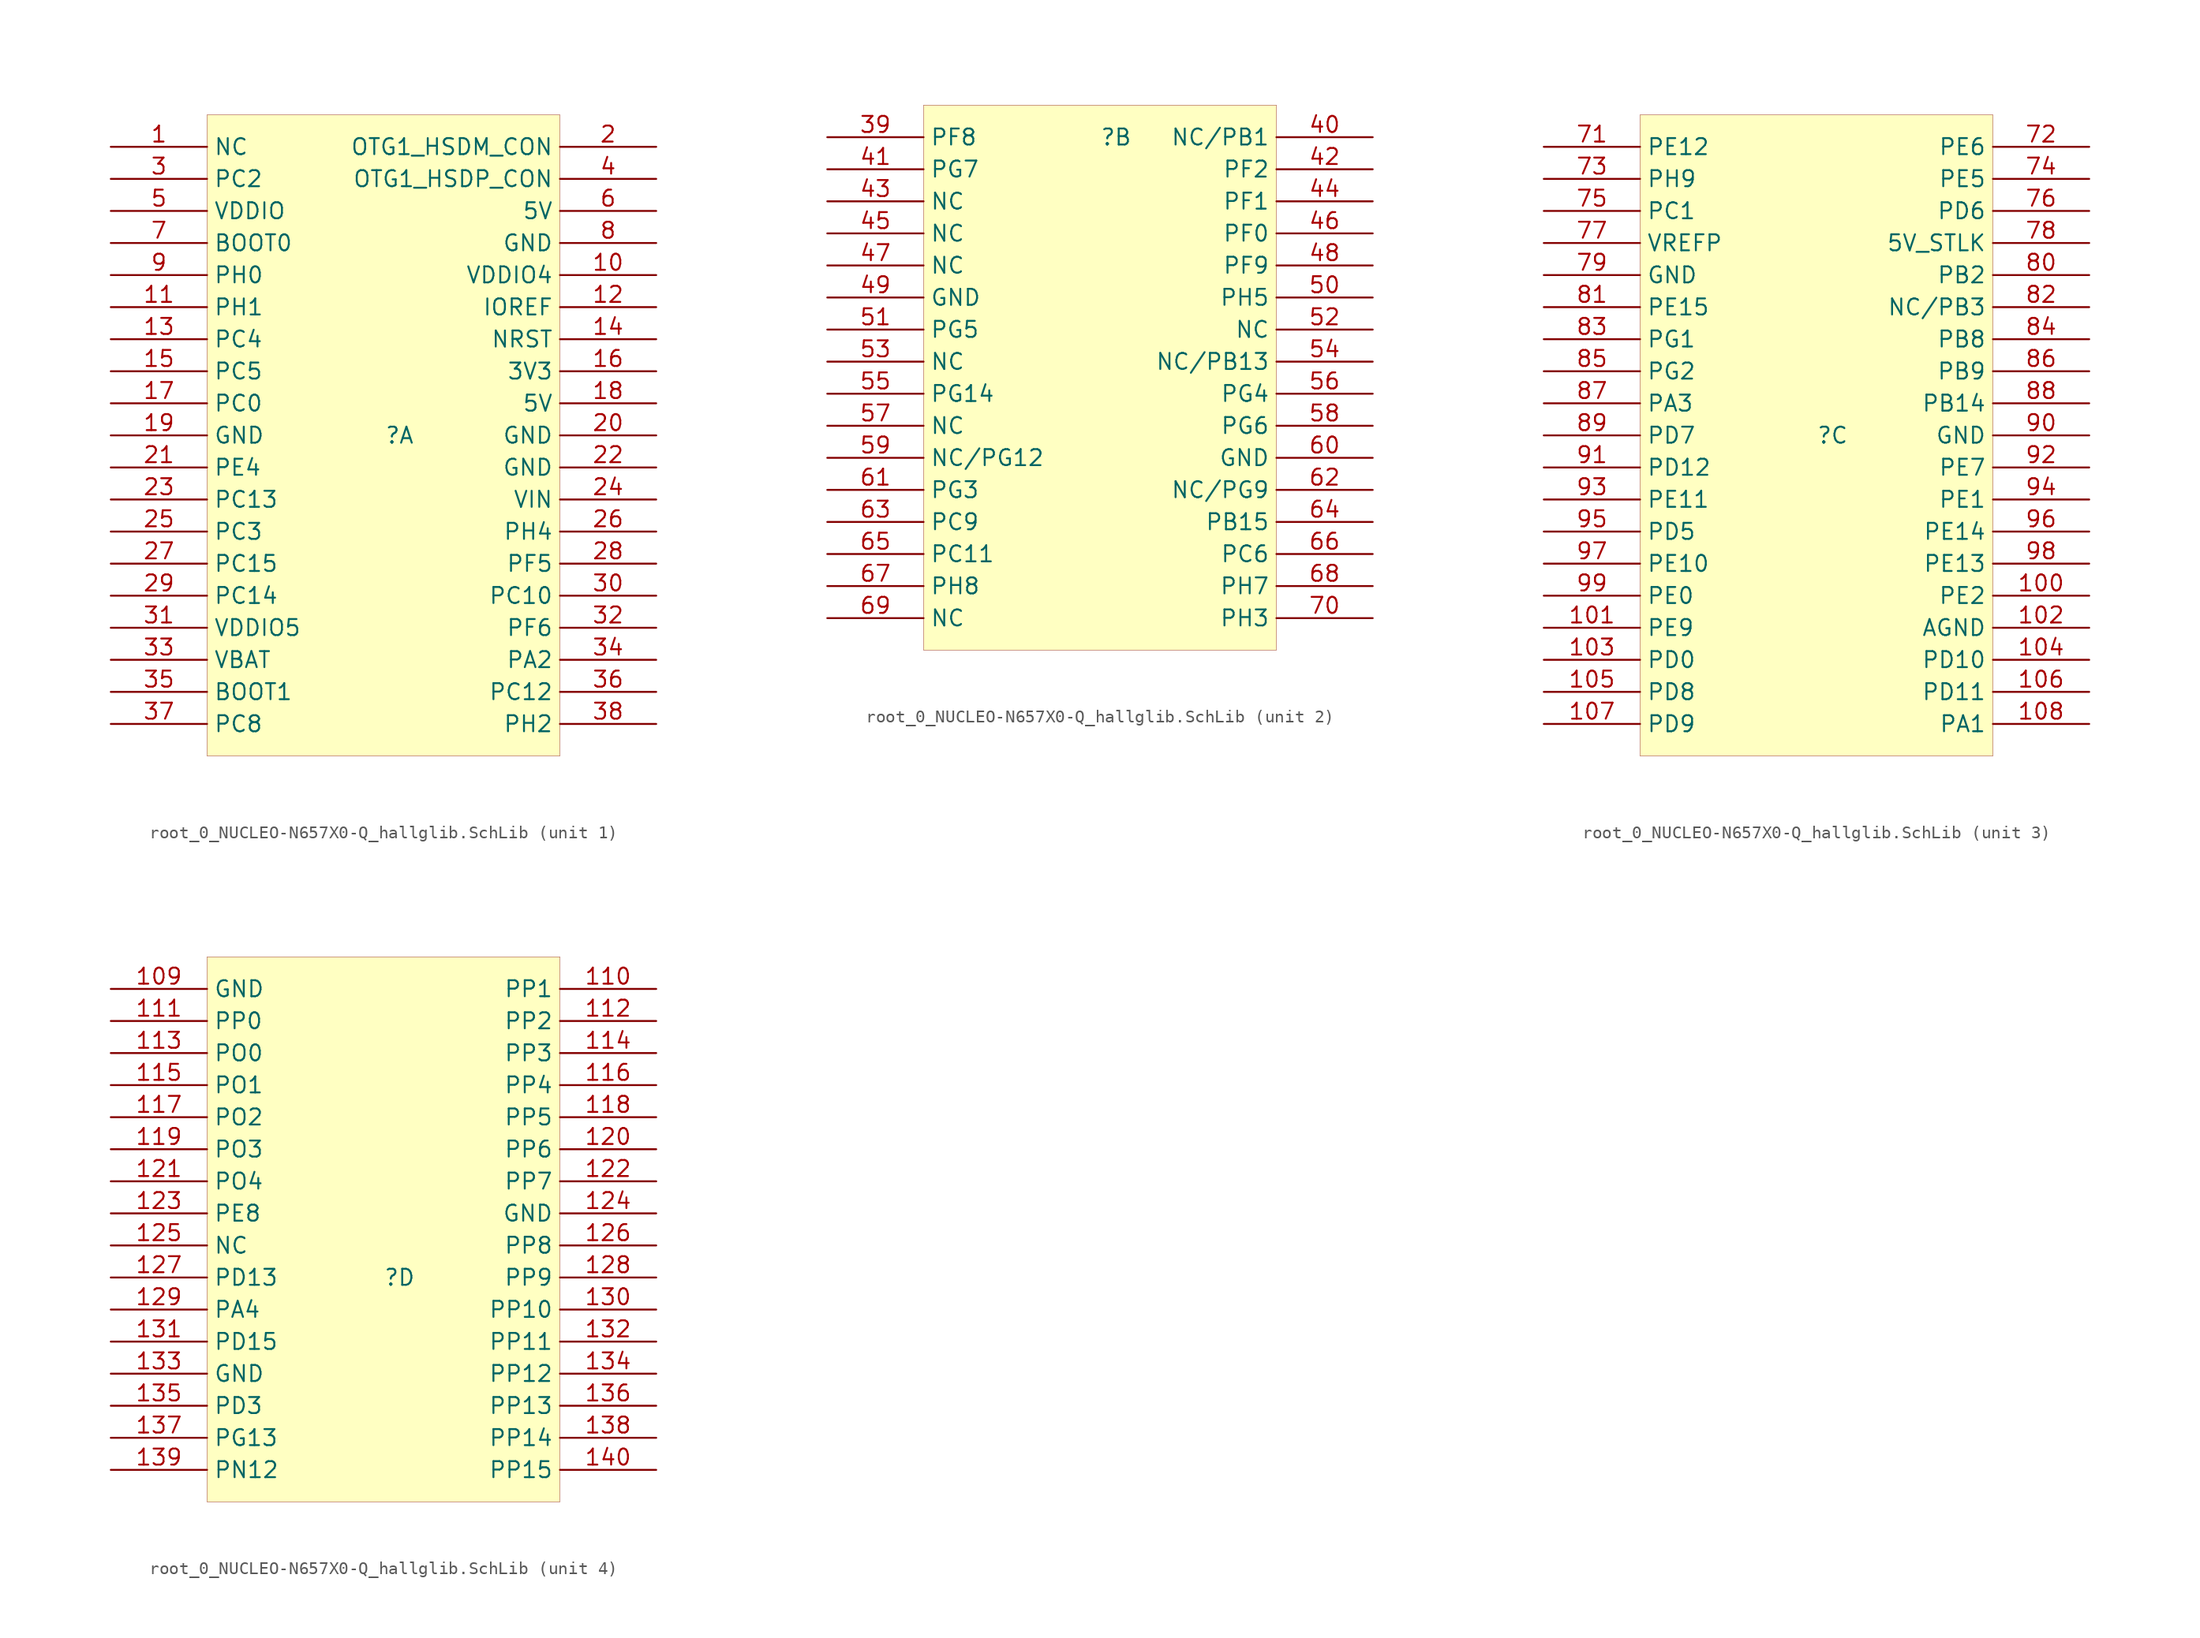
<source format=kicad_sym>
(kicad_symbol_lib
  (version 20241209)
  (generator "kicad_symbol_editor")
  (generator_version "9.0")
  (symbol "root_0_NUCLEO-N657X0-Q_hallglib.SchLib"
    (property "Reference" ""
      (at 0 0 0)
      (effects (font (size 1.27 1.27))))
    (property "Value" ""
      (at 0 0 0)
      (effects (font (size 1.27 1.27))))
    (symbol "root_0_NUCLEO-N657X0-Q_hallglib.SchLib_1_0"
      (rectangle (start 12.7 25.4) (end -15.24 -25.4) (stroke (width 0.025) (type solid) (color 128 0 0 1)) (fill (type background)))
      (pin passive line (at -22.86 22.86 0) (length 7.62) (name "NC" (effects (font (size 1.27 1.27)))) (number "1" (effects (font (size 1.27 1.27)))))
      (pin bidirectional line (at -22.86 20.32 0) (length 7.62) (name "PC2" (effects (font (size 1.27 1.27)))) (number "3" (effects (font (size 1.27 1.27)))))
      (pin power_in line (at -22.86 17.78 0) (length 7.62) (name "VDDIO" (effects (font (size 1.27 1.27)))) (number "5" (effects (font (size 1.27 1.27)))))
      (pin input line (at -22.86 15.24 0) (length 7.62) (name "BOOT0" (effects (font (size 1.27 1.27)))) (number "7" (effects (font (size 1.27 1.27)))))
      (pin bidirectional line (at -22.86 12.7 0) (length 7.62) (name "PH0" (effects (font (size 1.27 1.27)))) (number "9" (effects (font (size 1.27 1.27)))))
      (pin bidirectional line (at -22.86 10.16 0) (length 7.62) (name "PH1" (effects (font (size 1.27 1.27)))) (number "11" (effects (font (size 1.27 1.27)))))
      (pin bidirectional line (at -22.86 7.62 0) (length 7.62) (name "PC4" (effects (font (size 1.27 1.27)))) (number "13" (effects (font (size 1.27 1.27)))))
      (pin bidirectional line (at -22.86 5.08 0) (length 7.62) (name "PC5" (effects (font (size 1.27 1.27)))) (number "15" (effects (font (size 1.27 1.27)))))
      (pin bidirectional line (at -22.86 2.54 0) (length 7.62) (name "PC0" (effects (font (size 1.27 1.27)))) (number "17" (effects (font (size 1.27 1.27)))))
      (pin passive line (at -22.86 0 0) (length 7.62) (name "GND" (effects (font (size 1.27 1.27)))) (number "19" (effects (font (size 1.27 1.27)))))
      (pin bidirectional line (at -22.86 -2.54 0) (length 7.62) (name "PE4" (effects (font (size 1.27 1.27)))) (number "21" (effects (font (size 1.27 1.27)))))
      (pin bidirectional line (at -22.86 -5.08 0) (length 7.62) (name "PC13" (effects (font (size 1.27 1.27)))) (number "23" (effects (font (size 1.27 1.27)))))
      (pin bidirectional line (at -22.86 -7.62 0) (length 7.62) (name "PC3" (effects (font (size 1.27 1.27)))) (number "25" (effects (font (size 1.27 1.27)))))
      (pin bidirectional line (at -22.86 -10.16 0) (length 7.62) (name "PC15" (effects (font (size 1.27 1.27)))) (number "27" (effects (font (size 1.27 1.27)))))
      (pin bidirectional line (at -22.86 -12.7 0) (length 7.62) (name "PC14" (effects (font (size 1.27 1.27)))) (number "29" (effects (font (size 1.27 1.27)))))
      (pin power_in line (at -22.86 -15.24 0) (length 7.62) (name "VDDIO5" (effects (font (size 1.27 1.27)))) (number "31" (effects (font (size 1.27 1.27)))))
      (pin power_in line (at -22.86 -17.78 0) (length 7.62) (name "VBAT" (effects (font (size 1.27 1.27)))) (number "33" (effects (font (size 1.27 1.27)))))
      (pin input line (at -22.86 -20.32 0) (length 7.62) (name "BOOT1" (effects (font (size 1.27 1.27)))) (number "35" (effects (font (size 1.27 1.27)))))
      (pin bidirectional line (at -22.86 -22.86 0) (length 7.62) (name "PC8" (effects (font (size 1.27 1.27)))) (number "37" (effects (font (size 1.27 1.27)))))
      (pin bidirectional line (at 20.32 22.86 180) (length 7.62) (name "OTG1_HSDM_CON" (effects (font (size 1.27 1.27)))) (number "2" (effects (font (size 1.27 1.27)))))
      (pin bidirectional line (at 20.32 20.32 180) (length 7.62) (name "OTG1_HSDP_CON" (effects (font (size 1.27 1.27)))) (number "4" (effects (font (size 1.27 1.27)))))
      (pin power_in line (at 20.32 17.78 180) (length 7.62) (name "5V" (effects (font (size 1.27 1.27)))) (number "6" (effects (font (size 1.27 1.27)))))
      (pin passive line (at 20.32 15.24 180) (length 7.62) (name "GND" (effects (font (size 1.27 1.27)))) (number "8" (effects (font (size 1.27 1.27)))))
      (pin power_in line (at 20.32 12.7 180) (length 7.62) (name "VDDIO4" (effects (font (size 1.27 1.27)))) (number "10" (effects (font (size 1.27 1.27)))))
      (pin passive line (at 20.32 10.16 180) (length 7.62) (name "IOREF" (effects (font (size 1.27 1.27)))) (number "12" (effects (font (size 1.27 1.27)))))
      (pin passive line (at 20.32 7.62 180) (length 7.62) (name "NRST" (effects (font (size 1.27 1.27)))) (number "14" (effects (font (size 1.27 1.27)))))
      (pin power_in line (at 20.32 5.08 180) (length 7.62) (name "3V3" (effects (font (size 1.27 1.27)))) (number "16" (effects (font (size 1.27 1.27)))))
      (pin power_in line (at 20.32 2.54 180) (length 7.62) (name "5V" (effects (font (size 1.27 1.27)))) (number "18" (effects (font (size 1.27 1.27)))))
      (pin passive line (at 20.32 0 180) (length 7.62) (name "GND" (effects (font (size 1.27 1.27)))) (number "20" (effects (font (size 1.27 1.27)))))
      (pin passive line (at 20.32 -2.54 180) (length 7.62) (name "GND" (effects (font (size 1.27 1.27)))) (number "22" (effects (font (size 1.27 1.27)))))
      (pin power_in line (at 20.32 -5.08 180) (length 7.62) (name "VIN" (effects (font (size 1.27 1.27)))) (number "24" (effects (font (size 1.27 1.27)))))
      (pin bidirectional line (at 20.32 -7.62 180) (length 7.62) (name "PH4" (effects (font (size 1.27 1.27)))) (number "26" (effects (font (size 1.27 1.27)))))
      (pin bidirectional line (at 20.32 -10.16 180) (length 7.62) (name "PF5" (effects (font (size 1.27 1.27)))) (number "28" (effects (font (size 1.27 1.27)))))
      (pin bidirectional line (at 20.32 -12.7 180) (length 7.62) (name "PC10" (effects (font (size 1.27 1.27)))) (number "30" (effects (font (size 1.27 1.27)))))
      (pin bidirectional line (at 20.32 -15.24 180) (length 7.62) (name "PF6" (effects (font (size 1.27 1.27)))) (number "32" (effects (font (size 1.27 1.27)))))
      (pin bidirectional line (at 20.32 -17.78 180) (length 7.62) (name "PA2" (effects (font (size 1.27 1.27)))) (number "34" (effects (font (size 1.27 1.27)))))
      (pin bidirectional line (at 20.32 -20.32 180) (length 7.62) (name "PC12" (effects (font (size 1.27 1.27)))) (number "36" (effects (font (size 1.27 1.27)))))
      (pin bidirectional line (at 20.32 -22.86 180) (length 7.62) (name "PH2" (effects (font (size 1.27 1.27)))) (number "38" (effects (font (size 1.27 1.27))))))
    (symbol "root_0_NUCLEO-N657X0-Q_hallglib.SchLib_2_0"
      (rectangle (start 12.7 2.54) (end -15.24 -40.64) (stroke (width 0.025) (type solid) (color 128 0 0 1)) (fill (type background)))
      (pin bidirectional line (at -22.86 0 0) (length 7.62) (name "PF8" (effects (font (size 1.27 1.27)))) (number "39" (effects (font (size 1.27 1.27)))))
      (pin bidirectional line (at -22.86 -2.54 0) (length 7.62) (name "PG7" (effects (font (size 1.27 1.27)))) (number "41" (effects (font (size 1.27 1.27)))))
      (pin passive line (at -22.86 -5.08 0) (length 7.62) (name "NC" (effects (font (size 1.27 1.27)))) (number "43" (effects (font (size 1.27 1.27)))))
      (pin power_in line (at -22.86 -7.62 0) (length 7.62) (name "NC" (effects (font (size 1.27 1.27)))) (number "45" (effects (font (size 1.27 1.27)))))
      (pin passive line (at -22.86 -10.16 0) (length 7.62) (name "NC" (effects (font (size 1.27 1.27)))) (number "47" (effects (font (size 1.27 1.27)))))
      (pin passive line (at -22.86 -12.7 0) (length 7.62) (name "GND" (effects (font (size 1.27 1.27)))) (number "49" (effects (font (size 1.27 1.27)))))
      (pin bidirectional line (at -22.86 -15.24 0) (length 7.62) (name "PG5" (effects (font (size 1.27 1.27)))) (number "51" (effects (font (size 1.27 1.27)))))
      (pin passive line (at -22.86 -17.78 0) (length 7.62) (name "NC" (effects (font (size 1.27 1.27)))) (number "53" (effects (font (size 1.27 1.27)))))
      (pin bidirectional line (at -22.86 -20.32 0) (length 7.62) (name "PG14" (effects (font (size 1.27 1.27)))) (number "55" (effects (font (size 1.27 1.27)))))
      (pin passive line (at -22.86 -22.86 0) (length 7.62) (name "NC" (effects (font (size 1.27 1.27)))) (number "57" (effects (font (size 1.27 1.27)))))
      (pin passive line (at -22.86 -25.4 0) (length 7.62) (name "NC/PG12" (effects (font (size 1.27 1.27)))) (number "59" (effects (font (size 1.27 1.27)))))
      (pin bidirectional line (at -22.86 -27.94 0) (length 7.62) (name "PG3" (effects (font (size 1.27 1.27)))) (number "61" (effects (font (size 1.27 1.27)))))
      (pin bidirectional line (at -22.86 -30.48 0) (length 7.62) (name "PC9" (effects (font (size 1.27 1.27)))) (number "63" (effects (font (size 1.27 1.27)))))
      (pin bidirectional line (at -22.86 -33.02 0) (length 7.62) (name "PC11" (effects (font (size 1.27 1.27)))) (number "65" (effects (font (size 1.27 1.27)))))
      (pin bidirectional line (at -22.86 -35.56 0) (length 7.62) (name "PH8" (effects (font (size 1.27 1.27)))) (number "67" (effects (font (size 1.27 1.27)))))
      (pin passive line (at -22.86 -38.1 0) (length 7.62) (name "NC" (effects (font (size 1.27 1.27)))) (number "69" (effects (font (size 1.27 1.27)))))
      (pin passive line (at 20.32 0 180) (length 7.62) (name "NC/PB1" (effects (font (size 1.27 1.27)))) (number "40" (effects (font (size 1.27 1.27)))))
      (pin bidirectional line (at 20.32 -2.54 180) (length 7.62) (name "PF2" (effects (font (size 1.27 1.27)))) (number "42" (effects (font (size 1.27 1.27)))))
      (pin bidirectional line (at 20.32 -5.08 180) (length 7.62) (name "PF1" (effects (font (size 1.27 1.27)))) (number "44" (effects (font (size 1.27 1.27)))))
      (pin bidirectional line (at 20.32 -7.62 180) (length 7.62) (name "PF0" (effects (font (size 1.27 1.27)))) (number "46" (effects (font (size 1.27 1.27)))))
      (pin bidirectional line (at 20.32 -10.16 180) (length 7.62) (name "PF9" (effects (font (size 1.27 1.27)))) (number "48" (effects (font (size 1.27 1.27)))))
      (pin bidirectional line (at 20.32 -12.7 180) (length 7.62) (name "PH5" (effects (font (size 1.27 1.27)))) (number "50" (effects (font (size 1.27 1.27)))))
      (pin passive line (at 20.32 -15.24 180) (length 7.62) (name "NC" (effects (font (size 1.27 1.27)))) (number "52" (effects (font (size 1.27 1.27)))))
      (pin passive line (at 20.32 -17.78 180) (length 7.62) (name "NC/PB13" (effects (font (size 1.27 1.27)))) (number "54" (effects (font (size 1.27 1.27)))))
      (pin bidirectional line (at 20.32 -20.32 180) (length 7.62) (name "PG4" (effects (font (size 1.27 1.27)))) (number "56" (effects (font (size 1.27 1.27)))))
      (pin bidirectional line (at 20.32 -22.86 180) (length 7.62) (name "PG6" (effects (font (size 1.27 1.27)))) (number "58" (effects (font (size 1.27 1.27)))))
      (pin passive line (at 20.32 -25.4 180) (length 7.62) (name "GND" (effects (font (size 1.27 1.27)))) (number "60" (effects (font (size 1.27 1.27)))))
      (pin passive line (at 20.32 -27.94 180) (length 7.62) (name "NC/PG9" (effects (font (size 1.27 1.27)))) (number "62" (effects (font (size 1.27 1.27)))))
      (pin bidirectional line (at 20.32 -30.48 180) (length 7.62) (name "PB15" (effects (font (size 1.27 1.27)))) (number "64" (effects (font (size 1.27 1.27)))))
      (pin bidirectional line (at 20.32 -33.02 180) (length 7.62) (name "PC6" (effects (font (size 1.27 1.27)))) (number "66" (effects (font (size 1.27 1.27)))))
      (pin bidirectional line (at 20.32 -35.56 180) (length 7.62) (name "PH7" (effects (font (size 1.27 1.27)))) (number "68" (effects (font (size 1.27 1.27)))))
      (pin bidirectional line (at 20.32 -38.1 180) (length 7.62) (name "PH3" (effects (font (size 1.27 1.27)))) (number "70" (effects (font (size 1.27 1.27))))))
    (symbol "root_0_NUCLEO-N657X0-Q_hallglib.SchLib_3_0"
      (rectangle (start 12.7 25.4) (end -15.24 -25.4) (stroke (width 0.025) (type solid) (color 128 0 0 1)) (fill (type background)))
      (pin bidirectional line (at -22.86 22.86 0) (length 7.62) (name "PE12" (effects (font (size 1.27 1.27)))) (number "71" (effects (font (size 1.27 1.27)))))
      (pin bidirectional line (at -22.86 20.32 0) (length 7.62) (name "PH9" (effects (font (size 1.27 1.27)))) (number "73" (effects (font (size 1.27 1.27)))))
      (pin bidirectional line (at -22.86 17.78 0) (length 7.62) (name "PC1" (effects (font (size 1.27 1.27)))) (number "75" (effects (font (size 1.27 1.27)))))
      (pin power_in line (at -22.86 15.24 0) (length 7.62) (name "VREFP" (effects (font (size 1.27 1.27)))) (number "77" (effects (font (size 1.27 1.27)))))
      (pin passive line (at -22.86 12.7 0) (length 7.62) (name "GND" (effects (font (size 1.27 1.27)))) (number "79" (effects (font (size 1.27 1.27)))))
      (pin bidirectional line (at -22.86 10.16 0) (length 7.62) (name "PE15" (effects (font (size 1.27 1.27)))) (number "81" (effects (font (size 1.27 1.27)))))
      (pin bidirectional line (at -22.86 7.62 0) (length 7.62) (name "PG1" (effects (font (size 1.27 1.27)))) (number "83" (effects (font (size 1.27 1.27)))))
      (pin bidirectional line (at -22.86 5.08 0) (length 7.62) (name "PG2" (effects (font (size 1.27 1.27)))) (number "85" (effects (font (size 1.27 1.27)))))
      (pin bidirectional line (at -22.86 2.54 0) (length 7.62) (name "PA3" (effects (font (size 1.27 1.27)))) (number "87" (effects (font (size 1.27 1.27)))))
      (pin bidirectional line (at -22.86 0 0) (length 7.62) (name "PD7" (effects (font (size 1.27 1.27)))) (number "89" (effects (font (size 1.27 1.27)))))
      (pin bidirectional line (at -22.86 -2.54 0) (length 7.62) (name "PD12" (effects (font (size 1.27 1.27)))) (number "91" (effects (font (size 1.27 1.27)))))
      (pin bidirectional line (at -22.86 -5.08 0) (length 7.62) (name "PE11" (effects (font (size 1.27 1.27)))) (number "93" (effects (font (size 1.27 1.27)))))
      (pin bidirectional line (at -22.86 -7.62 0) (length 7.62) (name "PD5" (effects (font (size 1.27 1.27)))) (number "95" (effects (font (size 1.27 1.27)))))
      (pin bidirectional line (at -22.86 -10.16 0) (length 7.62) (name "PE10" (effects (font (size 1.27 1.27)))) (number "97" (effects (font (size 1.27 1.27)))))
      (pin bidirectional line (at -22.86 -12.7 0) (length 7.62) (name "PE0" (effects (font (size 1.27 1.27)))) (number "99" (effects (font (size 1.27 1.27)))))
      (pin bidirectional line (at -22.86 -15.24 0) (length 7.62) (name "PE9" (effects (font (size 1.27 1.27)))) (number "101" (effects (font (size 1.27 1.27)))))
      (pin bidirectional line (at -22.86 -17.78 0) (length 7.62) (name "PD0" (effects (font (size 1.27 1.27)))) (number "103" (effects (font (size 1.27 1.27)))))
      (pin bidirectional line (at -22.86 -20.32 0) (length 7.62) (name "PD8" (effects (font (size 1.27 1.27)))) (number "105" (effects (font (size 1.27 1.27)))))
      (pin bidirectional line (at -22.86 -22.86 0) (length 7.62) (name "PD9" (effects (font (size 1.27 1.27)))) (number "107" (effects (font (size 1.27 1.27)))))
      (pin bidirectional line (at 20.32 22.86 180) (length 7.62) (name "PE6" (effects (font (size 1.27 1.27)))) (number "72" (effects (font (size 1.27 1.27)))))
      (pin bidirectional line (at 20.32 20.32 180) (length 7.62) (name "PE5" (effects (font (size 1.27 1.27)))) (number "74" (effects (font (size 1.27 1.27)))))
      (pin bidirectional line (at 20.32 17.78 180) (length 7.62) (name "PD6" (effects (font (size 1.27 1.27)))) (number "76" (effects (font (size 1.27 1.27)))))
      (pin power_in line (at 20.32 15.24 180) (length 7.62) (name "5V_STLK" (effects (font (size 1.27 1.27)))) (number "78" (effects (font (size 1.27 1.27)))))
      (pin bidirectional line (at 20.32 12.7 180) (length 7.62) (name "PB2" (effects (font (size 1.27 1.27)))) (number "80" (effects (font (size 1.27 1.27)))))
      (pin passive line (at 20.32 10.16 180) (length 7.62) (name "NC/PB3" (effects (font (size 1.27 1.27)))) (number "82" (effects (font (size 1.27 1.27)))))
      (pin bidirectional line (at 20.32 7.62 180) (length 7.62) (name "PB8" (effects (font (size 1.27 1.27)))) (number "84" (effects (font (size 1.27 1.27)))))
      (pin bidirectional line (at 20.32 5.08 180) (length 7.62) (name "PB9" (effects (font (size 1.27 1.27)))) (number "86" (effects (font (size 1.27 1.27)))))
      (pin bidirectional line (at 20.32 2.54 180) (length 7.62) (name "PB14" (effects (font (size 1.27 1.27)))) (number "88" (effects (font (size 1.27 1.27)))))
      (pin passive line (at 20.32 0 180) (length 7.62) (name "GND" (effects (font (size 1.27 1.27)))) (number "90" (effects (font (size 1.27 1.27)))))
      (pin bidirectional line (at 20.32 -2.54 180) (length 7.62) (name "PE7" (effects (font (size 1.27 1.27)))) (number "92" (effects (font (size 1.27 1.27)))))
      (pin bidirectional line (at 20.32 -5.08 180) (length 7.62) (name "PE1" (effects (font (size 1.27 1.27)))) (number "94" (effects (font (size 1.27 1.27)))))
      (pin bidirectional line (at 20.32 -7.62 180) (length 7.62) (name "PE14" (effects (font (size 1.27 1.27)))) (number "96" (effects (font (size 1.27 1.27)))))
      (pin bidirectional line (at 20.32 -10.16 180) (length 7.62) (name "PE13" (effects (font (size 1.27 1.27)))) (number "98" (effects (font (size 1.27 1.27)))))
      (pin bidirectional line (at 20.32 -12.7 180) (length 7.62) (name "PE2" (effects (font (size 1.27 1.27)))) (number "100" (effects (font (size 1.27 1.27)))))
      (pin passive line (at 20.32 -15.24 180) (length 7.62) (name "AGND" (effects (font (size 1.27 1.27)))) (number "102" (effects (font (size 1.27 1.27)))))
      (pin bidirectional line (at 20.32 -17.78 180) (length 7.62) (name "PD10" (effects (font (size 1.27 1.27)))) (number "104" (effects (font (size 1.27 1.27)))))
      (pin bidirectional line (at 20.32 -20.32 180) (length 7.62) (name "PD11" (effects (font (size 1.27 1.27)))) (number "106" (effects (font (size 1.27 1.27)))))
      (pin bidirectional line (at 20.32 -22.86 180) (length 7.62) (name "PA1" (effects (font (size 1.27 1.27)))) (number "108" (effects (font (size 1.27 1.27))))))
    (symbol "root_0_NUCLEO-N657X0-Q_hallglib.SchLib_4_0"
      (rectangle (start 12.7 25.4) (end -15.24 -17.78) (stroke (width 0.025) (type solid) (color 128 0 0 1)) (fill (type background)))
      (pin passive line (at -22.86 22.86 0) (length 7.62) (name "GND" (effects (font (size 1.27 1.27)))) (number "109" (effects (font (size 1.27 1.27)))))
      (pin bidirectional line (at -22.86 20.32 0) (length 7.62) (name "PP0" (effects (font (size 1.27 1.27)))) (number "111" (effects (font (size 1.27 1.27)))))
      (pin bidirectional line (at -22.86 17.78 0) (length 7.62) (name "PO0" (effects (font (size 1.27 1.27)))) (number "113" (effects (font (size 1.27 1.27)))))
      (pin bidirectional line (at -22.86 15.24 0) (length 7.62) (name "PO1" (effects (font (size 1.27 1.27)))) (number "115" (effects (font (size 1.27 1.27)))))
      (pin bidirectional line (at -22.86 12.7 0) (length 7.62) (name "PO2" (effects (font (size 1.27 1.27)))) (number "117" (effects (font (size 1.27 1.27)))))
      (pin bidirectional line (at -22.86 10.16 0) (length 7.62) (name "PO3" (effects (font (size 1.27 1.27)))) (number "119" (effects (font (size 1.27 1.27)))))
      (pin bidirectional line (at -22.86 7.62 0) (length 7.62) (name "PO4" (effects (font (size 1.27 1.27)))) (number "121" (effects (font (size 1.27 1.27)))))
      (pin bidirectional line (at -22.86 5.08 0) (length 7.62) (name "PE8" (effects (font (size 1.27 1.27)))) (number "123" (effects (font (size 1.27 1.27)))))
      (pin passive line (at -22.86 2.54 0) (length 7.62) (name "NC" (effects (font (size 1.27 1.27)))) (number "125" (effects (font (size 1.27 1.27)))))
      (pin bidirectional line (at -22.86 0 0) (length 7.62) (name "PD13" (effects (font (size 1.27 1.27)))) (number "127" (effects (font (size 1.27 1.27)))))
      (pin bidirectional line (at -22.86 -2.54 0) (length 7.62) (name "PA4" (effects (font (size 1.27 1.27)))) (number "129" (effects (font (size 1.27 1.27)))))
      (pin bidirectional line (at -22.86 -5.08 0) (length 7.62) (name "PD15" (effects (font (size 1.27 1.27)))) (number "131" (effects (font (size 1.27 1.27)))))
      (pin passive line (at -22.86 -7.62 0) (length 7.62) (name "GND" (effects (font (size 1.27 1.27)))) (number "133" (effects (font (size 1.27 1.27)))))
      (pin bidirectional line (at -22.86 -10.16 0) (length 7.62) (name "PD3" (effects (font (size 1.27 1.27)))) (number "135" (effects (font (size 1.27 1.27)))))
      (pin bidirectional line (at -22.86 -12.7 0) (length 7.62) (name "PG13" (effects (font (size 1.27 1.27)))) (number "137" (effects (font (size 1.27 1.27)))))
      (pin bidirectional line (at -22.86 -15.24 0) (length 7.62) (name "PN12" (effects (font (size 1.27 1.27)))) (number "139" (effects (font (size 1.27 1.27)))))
      (pin bidirectional line (at 20.32 22.86 180) (length 7.62) (name "PP1" (effects (font (size 1.27 1.27)))) (number "110" (effects (font (size 1.27 1.27)))))
      (pin bidirectional line (at 20.32 20.32 180) (length 7.62) (name "PP2" (effects (font (size 1.27 1.27)))) (number "112" (effects (font (size 1.27 1.27)))))
      (pin bidirectional line (at 20.32 17.78 180) (length 7.62) (name "PP3" (effects (font (size 1.27 1.27)))) (number "114" (effects (font (size 1.27 1.27)))))
      (pin bidirectional line (at 20.32 15.24 180) (length 7.62) (name "PP4" (effects (font (size 1.27 1.27)))) (number "116" (effects (font (size 1.27 1.27)))))
      (pin bidirectional line (at 20.32 12.7 180) (length 7.62) (name "PP5" (effects (font (size 1.27 1.27)))) (number "118" (effects (font (size 1.27 1.27)))))
      (pin bidirectional line (at 20.32 10.16 180) (length 7.62) (name "PP6" (effects (font (size 1.27 1.27)))) (number "120" (effects (font (size 1.27 1.27)))))
      (pin bidirectional line (at 20.32 7.62 180) (length 7.62) (name "PP7" (effects (font (size 1.27 1.27)))) (number "122" (effects (font (size 1.27 1.27)))))
      (pin passive line (at 20.32 5.08 180) (length 7.62) (name "GND" (effects (font (size 1.27 1.27)))) (number "124" (effects (font (size 1.27 1.27)))))
      (pin bidirectional line (at 20.32 2.54 180) (length 7.62) (name "PP8" (effects (font (size 1.27 1.27)))) (number "126" (effects (font (size 1.27 1.27)))))
      (pin bidirectional line (at 20.32 0 180) (length 7.62) (name "PP9" (effects (font (size 1.27 1.27)))) (number "128" (effects (font (size 1.27 1.27)))))
      (pin bidirectional line (at 20.32 -2.54 180) (length 7.62) (name "PP10" (effects (font (size 1.27 1.27)))) (number "130" (effects (font (size 1.27 1.27)))))
      (pin bidirectional line (at 20.32 -5.08 180) (length 7.62) (name "PP11" (effects (font (size 1.27 1.27)))) (number "132" (effects (font (size 1.27 1.27)))))
      (pin bidirectional line (at 20.32 -7.62 180) (length 7.62) (name "PP12" (effects (font (size 1.27 1.27)))) (number "134" (effects (font (size 1.27 1.27)))))
      (pin bidirectional line (at 20.32 -10.16 180) (length 7.62) (name "PP13" (effects (font (size 1.27 1.27)))) (number "136" (effects (font (size 1.27 1.27)))))
      (pin bidirectional line (at 20.32 -12.7 180) (length 7.62) (name "PP14" (effects (font (size 1.27 1.27)))) (number "138" (effects (font (size 1.27 1.27)))))
      (pin bidirectional line (at 20.32 -15.24 180) (length 7.62) (name "PP15" (effects (font (size 1.27 1.27)))) (number "140" (effects (font (size 1.27 1.27))))))))
</source>
